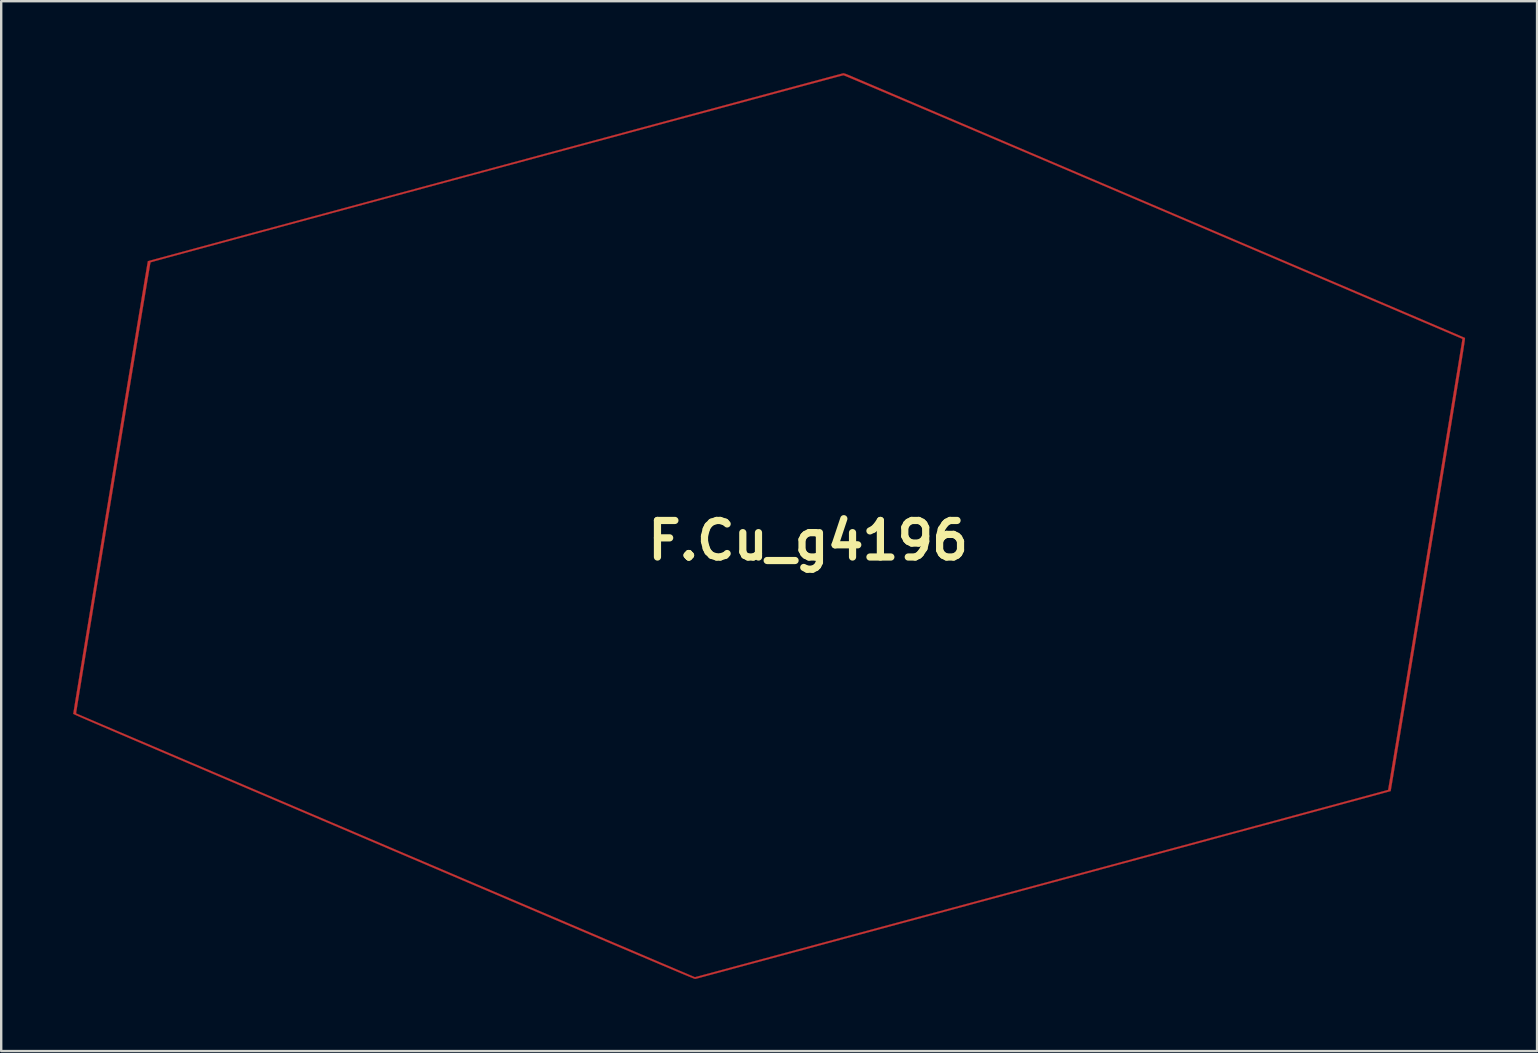
<source format=kicad_pcb>
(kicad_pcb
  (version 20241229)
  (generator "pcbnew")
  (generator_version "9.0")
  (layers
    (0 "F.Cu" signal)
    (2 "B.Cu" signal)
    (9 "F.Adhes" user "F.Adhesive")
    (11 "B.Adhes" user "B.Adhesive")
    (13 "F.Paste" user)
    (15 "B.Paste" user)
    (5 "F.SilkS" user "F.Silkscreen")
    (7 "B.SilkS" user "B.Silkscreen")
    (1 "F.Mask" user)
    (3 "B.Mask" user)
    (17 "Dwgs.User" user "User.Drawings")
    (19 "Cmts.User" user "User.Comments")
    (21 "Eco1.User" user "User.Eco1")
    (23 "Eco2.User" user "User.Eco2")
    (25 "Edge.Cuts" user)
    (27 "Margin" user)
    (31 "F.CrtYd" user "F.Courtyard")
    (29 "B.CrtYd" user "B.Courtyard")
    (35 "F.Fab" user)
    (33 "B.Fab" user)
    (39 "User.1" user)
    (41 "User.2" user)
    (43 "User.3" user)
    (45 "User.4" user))
  (footprint "F.Cu_g4196"
    (layer "F.Cu")
    (at 30.622 19.47)
    (property "Reference" "F.Cu_g4196" (at 0 0 0) (layer "F.SilkS") (effects (font (size 1.524 1.524) (thickness 0.3))))
    (attr through_hole)
    (fp_poly (pts (xy 1.481 -19.465) (xy 1.511 -19.457) (xy 1.556 -19.443) (xy 1.616 -19.42) (xy 1.695 -19.388) (xy 1.795 -19.346) (xy 1.819 -19.336) (xy 1.845 -19.325) (xy 1.893 -19.304) (xy 1.963 -19.274) (xy 2.054 -19.235) (xy 2.166 -19.188) (xy 2.298 -19.132) (xy 2.449 -19.067) (xy 2.619 -18.995) (xy 2.806 -18.915) (xy 3.01 -18.828) (xy 3.231 -18.734) (xy 3.467 -18.633) (xy 3.719 -18.526) (xy 3.984 -18.413) (xy 4.263 -18.294) (xy 4.555 -18.169) (xy 4.859 -18.04) (xy 5.174 -17.905) (xy 5.501 -17.766) (xy 5.837 -17.623) (xy 6.183 -17.476) (xy 6.537 -17.325) (xy 6.899 -17.17) (xy 7.268 -17.013) (xy 7.644 -16.852) (xy 8.026 -16.69) (xy 8.413 -16.525) (xy 8.804 -16.358) (xy 9.199 -16.189) (xy 9.597 -16.02) (xy 9.998 -15.849) (xy 10.4 -15.677) (xy 10.803 -15.506) (xy 11.206 -15.334) (xy 11.608 -15.162) (xy 12.01 -14.991) (xy 12.41 -14.82) (xy 12.807 -14.651) (xy 13.2 -14.483) (xy 13.59 -14.317) (xy 13.975 -14.153) (xy 14.355 -13.991) (xy 14.728 -13.832) (xy 15.095 -13.675) (xy 15.454 -13.522) (xy 15.806 -13.372) (xy 16.148 -13.227) (xy 16.48 -13.085) (xy 16.803 -12.947) (xy 17.114 -12.815) (xy 17.414 -12.687) (xy 17.701 -12.564) (xy 17.975 -12.447) (xy 18.235 -12.336) (xy 18.481 -12.232) (xy 18.712 -12.133) (xy 18.926 -12.042) (xy 19.124 -11.957) (xy 19.305 -11.88) (xy 19.468 -11.811) (xy 19.612 -11.749) (xy 19.736 -11.696) (xy 19.841 -11.652) (xy 19.869 -11.64) (xy 19.951 -11.605) (xy 20.055 -11.56) (xy 20.18 -11.507) (xy 20.324 -11.446) (xy 20.487 -11.376) (xy 20.667 -11.299) (xy 20.862 -11.216) (xy 21.072 -11.126) (xy 21.296 -11.031) (xy 21.532 -10.931) (xy 21.778 -10.825) (xy 22.034 -10.716) (xy 22.299 -10.604) (xy 22.57 -10.488) (xy 22.847 -10.37) (xy 23.129 -10.249) (xy 23.414 -10.128) (xy 23.701 -10.005) (xy 23.989 -9.883) (xy 24.009 -9.874) (xy 24.287 -9.756) (xy 24.559 -9.64) (xy 24.823 -9.527) (xy 25.08 -9.417) (xy 25.328 -9.312) (xy 25.567 -9.21) (xy 25.795 -9.112) (xy 26.011 -9.02) (xy 26.214 -8.933) (xy 26.405 -8.852) (xy 26.581 -8.777) (xy 26.741 -8.708) (xy 26.885 -8.646) (xy 27.013 -8.592) (xy 27.121 -8.545) (xy 27.211 -8.506) (xy 27.281 -8.476) (xy 27.33 -8.455) (xy 27.357 -8.443) (xy 27.363 -8.441) (xy 27.364 -8.44) (xy 27.366 -8.438) (xy 27.367 -8.434) (xy 27.367 -8.429) (xy 27.367 -8.421) (xy 27.367 -8.41) (xy 27.366 -8.396) (xy 27.364 -8.378) (xy 27.362 -8.355) (xy 27.358 -8.327) (xy 27.354 -8.293) (xy 27.348 -8.253) (xy 27.342 -8.207) (xy 27.334 -8.153) (xy 27.324 -8.092) (xy 27.314 -8.022) (xy 27.302 -7.944) (xy 27.288 -7.856) (xy 27.272 -7.758) (xy 27.255 -7.65) (xy 27.236 -7.531) (xy 27.215 -7.401) (xy 27.192 -7.259) (xy 27.167 -7.104) (xy 27.14 -6.936) (xy 27.11 -6.755) (xy 27.079 -6.559) (xy 27.044 -6.349) (xy 27.007 -6.124) (xy 26.968 -5.883) (xy 26.926 -5.627) (xy 26.881 -5.353) (xy 26.833 -5.062) (xy 26.783 -4.753) (xy 26.729 -4.426) (xy 26.672 -4.08) (xy 26.612 -3.715) (xy 26.548 -3.33) (xy 26.482 -2.925) (xy 26.411 -2.498) (xy 26.338 -2.05) (xy 26.26 -1.581) (xy 26.179 -1.088) (xy 26.094 -0.573) (xy 26.005 -0.034) (xy 25.913 0.529) (xy 25.834 1.003) (xy 25.754 1.489) (xy 25.675 1.968) (xy 25.598 2.44) (xy 25.521 2.905) (xy 25.445 3.362) (xy 25.371 3.811) (xy 25.299 4.25) (xy 25.228 4.679) (xy 25.159 5.098) (xy 25.091 5.506) (xy 25.026 5.902) (xy 24.963 6.286) (xy 24.901 6.657) (xy 24.842 7.014) (xy 24.785 7.358) (xy 24.731 7.686) (xy 24.679 8) (xy 24.63 8.297) (xy 24.583 8.578) (xy 24.539 8.841) (xy 24.499 9.087) (xy 24.461 9.314) (xy 24.426 9.523) (xy 24.395 9.712) (xy 24.367 9.88) (xy 24.342 10.028) (xy 24.321 10.154) (xy 24.303 10.258) (xy 24.29 10.339) (xy 24.28 10.397) (xy 24.274 10.431) (xy 24.272 10.441) (xy 24.259 10.445) (xy 24.223 10.455) (xy 24.163 10.471) (xy 24.081 10.494) (xy 23.976 10.522) (xy 23.849 10.557) (xy 23.702 10.597) (xy 23.534 10.642) (xy 23.347 10.693) (xy 23.14 10.749) (xy 22.914 10.81) (xy 22.67 10.876) (xy 22.409 10.947) (xy 22.131 11.022) (xy 21.836 11.102) (xy 21.526 11.186) (xy 21.2 11.274) (xy 20.86 11.366) (xy 20.505 11.462) (xy 20.138 11.561) (xy 19.757 11.664) (xy 19.364 11.771) (xy 18.96 11.88) (xy 18.544 11.992) (xy 18.118 12.107) (xy 17.682 12.225) (xy 17.236 12.346) (xy 16.782 12.469) (xy 16.319 12.594) (xy 15.849 12.721) (xy 15.372 12.85) (xy 14.888 12.98) (xy 14.399 13.113) (xy 13.904 13.246) (xy 13.405 13.381) (xy 12.901 13.517) (xy 12.394 13.654) (xy 11.884 13.792) (xy 11.371 13.931) (xy 10.857 14.07) (xy 10.341 14.209) (xy 9.825 14.348) (xy 9.309 14.488) (xy 8.793 14.627) (xy 8.279 14.766) (xy 7.766 14.905) (xy 7.255 15.042) (xy 6.747 15.18) (xy 6.243 15.316) (xy 5.743 15.451) (xy 5.247 15.585) (xy 4.757 15.717) (xy 4.272 15.848) (xy 3.794 15.977) (xy 3.323 16.104) (xy 2.859 16.23) (xy 2.403 16.353) (xy 1.956 16.473) (xy 1.518 16.591) (xy 1.091 16.707) (xy 0.673 16.819) (xy 0.267 16.929) (xy -0.128 17.036) (xy -0.511 17.139) (xy -0.88 17.239) (xy -1.237 17.335) (xy -1.579 17.427) (xy -1.907 17.516) (xy -2.22 17.6) (xy -2.518 17.68) (xy -2.799 17.756) (xy -3.063 17.827) (xy -3.309 17.894) (xy -3.538 17.955) (xy -3.748 18.012) (xy -3.939 18.063) (xy -4.11 18.109) (xy -4.261 18.15) (xy -4.39 18.184) (xy -4.499 18.214) (xy -4.585 18.237) (xy -4.648 18.254) (xy -4.689 18.264) (xy -4.705 18.268) (xy -4.705 18.268) (xy -4.712 18.267) (xy -4.727 18.262) (xy -4.75 18.254) (xy -4.782 18.242) (xy -4.824 18.225) (xy -4.876 18.204) (xy -4.938 18.179) (xy -5.011 18.149) (xy -5.095 18.114) (xy -5.191 18.074) (xy -5.299 18.029) (xy -5.42 17.978) (xy -5.554 17.922) (xy -5.702 17.859) (xy -5.864 17.791) (xy -6.04 17.717) (xy -6.231 17.636) (xy -6.438 17.548) (xy -6.66 17.454) (xy -6.899 17.352) (xy -7.155 17.244) (xy -7.427 17.128) (xy -7.718 17.004) (xy -8.027 16.873) (xy -8.354 16.734) (xy -8.7 16.586) (xy -9.066 16.43) (xy -9.452 16.266) (xy -9.858 16.093) (xy -10.285 15.911) (xy -10.733 15.72) (xy -11.204 15.519) (xy -11.696 15.309) (xy -12.211 15.089) (xy -12.44 14.992) (xy -12.875 14.806) (xy -13.308 14.621) (xy -13.74 14.437) (xy -14.168 14.255) (xy -14.593 14.073) (xy -15.013 13.894) (xy -15.428 13.717) (xy -15.837 13.543) (xy -16.239 13.371) (xy -16.634 13.203) (xy -17.02 13.038) (xy -17.396 12.878) (xy -17.763 12.721) (xy -18.119 12.569) (xy -18.464 12.422) (xy -18.796 12.281) (xy -19.115 12.144) (xy -19.42 12.014) (xy -19.711 11.89) (xy -19.986 11.773) (xy -20.245 11.663) (xy -20.487 11.559) (xy -20.711 11.464) (xy -20.917 11.376) (xy -21.103 11.297) (xy -21.269 11.226) (xy -21.414 11.164) (xy -21.538 11.111) (xy -21.639 11.068) (xy -21.654 11.062) (xy -22.205 10.827) (xy -22.733 10.601) (xy -23.239 10.386) (xy -23.724 10.179) (xy -24.186 9.982) (xy -24.628 9.794) (xy -25.049 9.614) (xy -25.45 9.443) (xy -25.832 9.28) (xy -26.195 9.125) (xy -26.539 8.978) (xy -26.865 8.839) (xy -27.173 8.708) (xy -27.464 8.583) (xy -27.739 8.466) (xy -27.998 8.356) (xy -28.24 8.252) (xy -28.468 8.155) (xy -28.681 8.064) (xy -28.879 7.979) (xy -29.064 7.9) (xy -29.235 7.826) (xy -29.394 7.758) (xy -29.541 7.695) (xy -29.675 7.638) (xy -29.798 7.585) (xy -29.91 7.536) (xy -30.012 7.492) (xy -30.104 7.453) (xy -30.187 7.417) (xy -30.26 7.385) (xy -30.325 7.357) (xy -30.382 7.332) (xy -30.431 7.31) (xy -30.474 7.291) (xy -30.51 7.275) (xy -30.539 7.262) (xy -30.564 7.25) (xy -30.583 7.241) (xy -30.597 7.234) (xy -30.607 7.229) (xy -30.613 7.225) (xy -30.617 7.223) (xy -30.617 7.222) (xy -30.616 7.208) (xy -30.615 7.205) (xy -30.504 7.205) (xy -30.504 7.205) (xy -30.492 7.211) (xy -30.457 7.226) (xy -30.4 7.25) (xy -30.321 7.284) (xy -30.222 7.326) (xy -30.101 7.378) (xy -29.961 7.438) (xy -29.802 7.506) (xy -29.624 7.582) (xy -29.427 7.666) (xy -29.213 7.757) (xy -28.982 7.856) (xy -28.734 7.962) (xy -28.471 8.074) (xy -28.192 8.193) (xy -27.899 8.318) (xy -27.591 8.449) (xy -27.27 8.586) (xy -26.935 8.729) (xy -26.588 8.877) (xy -26.23 9.03) (xy -25.86 9.188) (xy -25.479 9.35) (xy -25.088 9.517) (xy -24.688 9.688) (xy -24.279 9.862) (xy -23.861 10.04) (xy -23.435 10.222) (xy -23.002 10.406) (xy -22.563 10.594) (xy -22.117 10.784) (xy -21.666 10.976) (xy -21.209 11.171) (xy -20.749 11.367) (xy -20.284 11.565) (xy -19.816 11.765) (xy -19.346 11.965) (xy -18.873 12.167) (xy -18.399 12.369) (xy -17.924 12.571) (xy -17.449 12.774) (xy -16.974 12.977) (xy -16.499 13.179) (xy -16.026 13.381) (xy -15.555 13.581) (xy -15.086 13.781) (xy -14.621 13.98) (xy -14.159 14.177) (xy -13.701 14.372) (xy -13.248 14.565) (xy -12.801 14.755) (xy -12.359 14.944) (xy -11.924 15.129) (xy -11.496 15.312) (xy -11.075 15.491) (xy -10.663 15.666) (xy -10.26 15.838) (xy -9.866 16.006) (xy -9.482 16.17) (xy -9.109 16.329) (xy -8.746 16.483) (xy -8.396 16.633) (xy -8.057 16.777) (xy -7.732 16.915) (xy -7.42 17.048) (xy -7.122 17.175) (xy -6.838 17.296) (xy -6.57 17.411) (xy -6.317 17.518) (xy -6.081 17.619) (xy -5.861 17.712) (xy -5.659 17.798) (xy -5.475 17.877) (xy -5.309 17.947) (xy -5.163 18.009) (xy -5.036 18.063) (xy -4.93 18.109) (xy -4.844 18.145) (xy -4.78 18.172) (xy -4.738 18.19) (xy -4.719 18.198) (xy -4.718 18.198) (xy -4.705 18.195) (xy -4.668 18.185) (xy -4.608 18.169) (xy -4.524 18.147) (xy -4.418 18.118) (xy -4.29 18.084) (xy -4.141 18.044) (xy -3.97 17.998) (xy -3.778 17.946) (xy -3.566 17.889) (xy -3.334 17.827) (xy -3.084 17.759) (xy -2.814 17.686) (xy -2.526 17.609) (xy -2.22 17.526) (xy -1.897 17.439) (xy -1.557 17.347) (xy -1.201 17.251) (xy -0.829 17.151) (xy -0.441 17.046) (xy -0.039 16.938) (xy 0.378 16.825) (xy 0.809 16.709) (xy 1.254 16.589) (xy 1.711 16.466) (xy 2.181 16.339) (xy 2.663 16.209) (xy 3.157 16.075) (xy 3.662 15.939) (xy 4.177 15.8) (xy 4.703 15.658) (xy 5.238 15.514) (xy 5.783 15.367) (xy 6.336 15.217) (xy 6.897 15.066) (xy 7.467 14.912) (xy 8.043 14.756) (xy 8.626 14.599) (xy 9.216 14.44) (xy 9.726 14.302) (xy 10.321 14.141) (xy 10.91 13.982) (xy 11.492 13.825) (xy 12.068 13.669) (xy 12.636 13.516) (xy 13.196 13.364) (xy 13.748 13.215) (xy 14.291 13.068) (xy 14.825 12.924) (xy 15.349 12.782) (xy 15.863 12.644) (xy 16.366 12.508) (xy 16.858 12.374) (xy 17.339 12.245) (xy 17.807 12.118) (xy 18.262 11.995) (xy 18.705 11.875) (xy 19.134 11.759) (xy 19.549 11.647) (xy 19.949 11.538) (xy 20.335 11.434) (xy 20.704 11.334) (xy 21.058 11.238) (xy 21.396 11.147) (xy 21.716 11.06) (xy 22.019 10.978) (xy 22.305 10.9) (xy 22.572 10.828) (xy 22.82 10.761) (xy 23.048 10.699) (xy 23.257 10.642) (xy 23.446 10.591) (xy 23.614 10.545) (xy 23.76 10.505) (xy 23.885 10.471) (xy 23.988 10.443) (xy 24.068 10.421) (xy 24.125 10.405) (xy 24.158 10.396) (xy 24.167 10.393) (xy 24.17 10.38) (xy 24.177 10.343) (xy 24.187 10.282) (xy 24.201 10.198) (xy 24.219 10.093) (xy 24.24 9.966) (xy 24.265 9.818) (xy 24.293 9.651) (xy 24.324 9.464) (xy 24.358 9.259) (xy 24.395 9.037) (xy 24.434 8.798) (xy 24.477 8.543) (xy 24.522 8.272) (xy 24.569 7.987) (xy 24.618 7.688) (xy 24.67 7.375) (xy 24.724 7.051) (xy 24.779 6.715) (xy 24.837 6.368) (xy 24.896 6.011) (xy 24.956 5.645) (xy 25.018 5.27) (xy 25.081 4.887) (xy 25.146 4.497) (xy 25.211 4.1) (xy 25.278 3.698) (xy 25.345 3.292) (xy 25.412 2.881) (xy 25.481 2.466) (xy 25.55 2.049) (xy 25.619 1.631) (xy 25.688 1.211) (xy 25.757 0.79) (xy 25.826 0.37) (xy 25.895 -0.048) (xy 25.964 -0.465) (xy 26.032 -0.88) (xy 26.1 -1.291) (xy 26.167 -1.698) (xy 26.233 -2.1) (xy 26.298 -2.496) (xy 26.363 -2.886) (xy 26.426 -3.269) (xy 26.487 -3.644) (xy 26.548 -4.011) (xy 26.606 -4.368) (xy 26.663 -4.715) (xy 26.719 -5.052) (xy 26.772 -5.376) (xy 26.823 -5.689) (xy 26.872 -5.988) (xy 26.919 -6.274) (xy 26.963 -6.545) (xy 27.005 -6.8) (xy 27.045 -7.04) (xy 27.081 -7.263) (xy 27.114 -7.468) (xy 27.145 -7.655) (xy 27.172 -7.822) (xy 27.196 -7.97) (xy 27.217 -8.098) (xy 27.234 -8.204) (xy 27.248 -8.288) (xy 27.257 -8.35) (xy 27.263 -8.387) (xy 27.265 -8.401) (xy 27.265 -8.401) (xy 27.253 -8.406) (xy 27.218 -8.421) (xy 27.161 -8.445) (xy 27.082 -8.479) (xy 26.982 -8.522) (xy 26.86 -8.574) (xy 26.718 -8.635) (xy 26.556 -8.704) (xy 26.374 -8.782) (xy 26.173 -8.868) (xy 25.954 -8.962) (xy 25.716 -9.063) (xy 25.46 -9.172) (xy 25.188 -9.288) (xy 24.898 -9.412) (xy 24.593 -9.543) (xy 24.271 -9.68) (xy 23.934 -9.824) (xy 23.582 -9.974) (xy 23.216 -10.13) (xy 22.836 -10.292) (xy 22.443 -10.46) (xy 22.036 -10.634) (xy 21.617 -10.812) (xy 21.186 -10.996) (xy 20.743 -11.185) (xy 20.289 -11.379) (xy 19.825 -11.577) (xy 19.35 -11.78) (xy 18.866 -11.986) (xy 18.372 -12.197) (xy 17.87 -12.411) (xy 17.359 -12.629) (xy 16.841 -12.85) (xy 16.315 -13.074) (xy 15.783 -13.301) (xy 15.244 -13.531) (xy 14.699 -13.764) (xy 14.389 -13.896) (xy 13.638 -14.216) (xy 12.912 -14.526) (xy 12.208 -14.826) (xy 11.527 -15.116) (xy 10.87 -15.397) (xy 10.235 -15.667) (xy 9.623 -15.928) (xy 9.034 -16.179) (xy 8.468 -16.42) (xy 7.925 -16.651) (xy 7.404 -16.873) (xy 6.905 -17.086) (xy 6.429 -17.288) (xy 5.976 -17.481) (xy 5.544 -17.665) (xy 5.135 -17.839) (xy 4.748 -18.003) (xy 4.383 -18.159) (xy 4.04 -18.304) (xy 3.719 -18.441) (xy 3.419 -18.568) (xy 3.142 -18.686) (xy 2.886 -18.794) (xy 2.651 -18.893) (xy 2.438 -18.983) (xy 2.247 -19.064) (xy 2.077 -19.136) (xy 1.928 -19.199) (xy 1.8 -19.252) (xy 1.694 -19.297) (xy 1.608 -19.332) (xy 1.543 -19.359) (xy 1.5 -19.376) (xy 1.477 -19.385) (xy 1.473 -19.386) (xy 1.459 -19.383) (xy 1.421 -19.373) (xy 1.36 -19.357) (xy 1.276 -19.335) (xy 1.17 -19.307) (xy 1.042 -19.273) (xy 0.893 -19.233) (xy 0.724 -19.188) (xy 0.535 -19.137) (xy 0.327 -19.081) (xy 0.1 -19.02) (xy -0.145 -18.955) (xy -0.407 -18.884) (xy -0.687 -18.809) (xy -0.982 -18.73) (xy -1.294 -18.646) (xy -1.62 -18.558) (xy -1.961 -18.466) (xy -2.317 -18.371) (xy -2.685 -18.271) (xy -3.066 -18.169) (xy -3.46 -18.063) (xy -3.865 -17.954) (xy -4.281 -17.841) (xy -4.708 -17.726) (xy -5.145 -17.609) (xy -5.591 -17.489) (xy -6.045 -17.366) (xy -6.508 -17.241) (xy -6.978 -17.114) (xy -7.456 -16.986) (xy -7.939 -16.855) (xy -8.429 -16.723) (xy -8.924 -16.59) (xy -9.423 -16.455) (xy -9.926 -16.319) (xy -10.433 -16.182) (xy -10.943 -16.045) (xy -11.455 -15.907) (xy -11.969 -15.768) (xy -12.484 -15.629) (xy -12.999 -15.49) (xy -13.514 -15.351) (xy -14.029 -15.212) (xy -14.543 -15.073) (xy -15.055 -14.935) (xy -15.564 -14.797) (xy -16.07 -14.66) (xy -16.573 -14.524) (xy -17.072 -14.39) (xy -17.566 -14.256) (xy -18.055 -14.124) (xy -18.538 -13.994) (xy -19.014 -13.865) (xy -19.483 -13.738) (xy -19.945 -13.613) (xy -20.399 -13.49) (xy -20.843 -13.37) (xy -21.279 -13.252) (xy -21.704 -13.137) (xy -22.119 -13.025) (xy -22.522 -12.916) (xy -22.914 -12.81) (xy -23.294 -12.707) (xy -23.661 -12.608) (xy -24.014 -12.512) (xy -24.353 -12.42) (xy -24.678 -12.332) (xy -24.987 -12.248) (xy -25.28 -12.169) (xy -25.557 -12.094) (xy -25.818 -12.023) (xy -26.06 -11.957) (xy -26.285 -11.896) (xy -26.49 -11.84) (xy -26.677 -11.79) (xy -26.843 -11.744) (xy -26.989 -11.704) (xy -27.114 -11.67) (xy -27.217 -11.642) (xy -27.298 -11.619) (xy -27.356 -11.603) (xy -27.391 -11.593) (xy -27.402 -11.59) (xy -27.404 -11.577) (xy -27.411 -11.54) (xy -27.422 -11.479) (xy -27.436 -11.395) (xy -27.454 -11.289) (xy -27.475 -11.162) (xy -27.5 -11.015) (xy -27.528 -10.847) (xy -27.559 -10.661) (xy -27.593 -10.456) (xy -27.63 -10.234) (xy -27.67 -9.994) (xy -27.713 -9.739) (xy -27.758 -9.468) (xy -27.805 -9.183) (xy -27.855 -8.884) (xy -27.906 -8.572) (xy -27.96 -8.248) (xy -28.016 -7.911) (xy -28.073 -7.564) (xy -28.132 -7.207) (xy -28.193 -6.841) (xy -28.255 -6.466) (xy -28.319 -6.083) (xy -28.383 -5.693) (xy -28.449 -5.297) (xy -28.515 -4.895) (xy -28.582 -4.488) (xy -28.65 -4.077) (xy -28.719 -3.663) (xy -28.787 -3.246) (xy -28.857 -2.827) (xy -28.926 -2.407) (xy -28.995 -1.987) (xy -29.065 -1.567) (xy -29.134 -1.148) (xy -29.203 -0.731) (xy -29.271 -0.317) (xy -29.339 0.094) (xy -29.406 0.501) (xy -29.472 0.903) (xy -29.537 1.3) (xy -29.602 1.69) (xy -29.665 2.073) (xy -29.726 2.448) (xy -29.787 2.815) (xy -29.845 3.172) (xy -29.903 3.519) (xy -29.958 3.855) (xy -30.011 4.18) (xy -30.062 4.493) (xy -30.112 4.792) (xy -30.158 5.077) (xy -30.203 5.348) (xy -30.245 5.604) (xy -30.284 5.844) (xy -30.32 6.067) (xy -30.354 6.272) (xy -30.384 6.459) (xy -30.412 6.627) (xy -30.436 6.775) (xy -30.456 6.902) (xy -30.473 7.008) (xy -30.487 7.093) (xy -30.497 7.154) (xy -30.502 7.192) (xy -30.504 7.205) (xy -30.615 7.205) (xy -30.61 7.17) (xy -30.6 7.109) (xy -30.586 7.025) (xy -30.569 6.919) (xy -30.549 6.791) (xy -30.525 6.643) (xy -30.497 6.475) (xy -30.467 6.288) (xy -30.433 6.083) (xy -30.397 5.86) (xy -30.358 5.62) (xy -30.316 5.364) (xy -30.271 5.093) (xy -30.224 4.807) (xy -30.175 4.508) (xy -30.124 4.195) (xy -30.071 3.87) (xy -30.015 3.533) (xy -29.958 3.186) (xy -29.899 2.828) (xy -29.839 2.461) (xy -29.777 2.085) (xy -29.714 1.702) (xy -29.65 1.311) (xy -29.585 0.914) (xy -29.519 0.512) (xy -29.451 0.104) (xy -29.384 -0.307) (xy -29.315 -0.722) (xy -29.247 -1.14) (xy -29.177 -1.56) (xy -29.108 -1.98) (xy -29.039 -2.401) (xy -28.969 -2.822) (xy -28.9 -3.242) (xy -28.831 -3.66) (xy -28.763 -4.075) (xy -28.695 -4.487) (xy -28.628 -4.895) (xy -28.561 -5.298) (xy -28.496 -5.695) (xy -28.431 -6.086) (xy -28.368 -6.47) (xy -28.306 -6.846) (xy -28.245 -7.214) (xy -28.186 -7.572) (xy -28.128 -7.921) (xy -28.072 -8.258) (xy -28.018 -8.584) (xy -27.967 -8.898) (xy -27.917 -9.199) (xy -27.869 -9.485) (xy -27.824 -9.758) (xy -27.782 -10.015) (xy -27.742 -10.256) (xy -27.704 -10.48) (xy -27.67 -10.687) (xy -27.639 -10.875) (xy -27.61 -11.045) (xy -27.585 -11.194) (xy -27.564 -11.323) (xy -27.546 -11.431) (xy -27.531 -11.517) (xy -27.52 -11.58) (xy -27.513 -11.62) (xy -27.51 -11.636) (xy -27.51 -11.636) (xy -27.498 -11.639) (xy -27.462 -11.649) (xy -27.402 -11.666) (xy -27.319 -11.688) (xy -27.215 -11.717) (xy -27.088 -11.751) (xy -26.941 -11.791) (xy -26.773 -11.836) (xy -26.586 -11.887) (xy -26.379 -11.943) (xy -26.153 -12.004) (xy -25.909 -12.07) (xy -25.648 -12.141) (xy -25.37 -12.217) (xy -25.075 -12.296) (xy -24.765 -12.38) (xy -24.44 -12.468) (xy -24.099 -12.56) (xy -23.745 -12.656) (xy -23.378 -12.756) (xy -22.997 -12.859) (xy -22.604 -12.965) (xy -22.2 -13.074) (xy -21.784 -13.187) (xy -21.358 -13.302) (xy -20.922 -13.42) (xy -20.476 -13.54) (xy -20.022 -13.663) (xy -19.56 -13.788) (xy -19.09 -13.915) (xy -18.613 -14.044) (xy -18.129 -14.175) (xy -17.639 -14.307) (xy -17.145 -14.441) (xy -16.645 -14.576) (xy -16.142 -14.712) (xy -15.635 -14.849) (xy -15.124 -14.987) (xy -14.612 -15.126) (xy -14.098 -15.264) (xy -13.582 -15.404) (xy -13.066 -15.543) (xy -12.55 -15.683) (xy -12.034 -15.822) (xy -11.52 -15.961) (xy -11.007 -16.1) (xy -10.496 -16.238) (xy -9.989 -16.375) (xy -9.485 -16.511) (xy -8.984 -16.646) (xy -8.489 -16.78) (xy -7.998 -16.912) (xy -7.514 -17.043) (xy -7.036 -17.173) (xy -6.564 -17.3) (xy -6.101 -17.425) (xy -5.645 -17.548) (xy -5.198 -17.669) (xy -4.76 -17.787) (xy -4.332 -17.903) (xy -3.915 -18.015) (xy -3.509 -18.125) (xy -3.114 -18.232) (xy -2.731 -18.335) (xy -2.361 -18.435) (xy -2.005 -18.531) (xy -1.663 -18.623) (xy -1.335 -18.712) (xy -1.022 -18.796) (xy -0.724 -18.876) (xy -0.444 -18.952) (xy -0.179 -19.023) (xy 0.067 -19.09) (xy 0.296 -19.151) (xy 0.506 -19.208) (xy 0.697 -19.259) (xy 0.868 -19.306) (xy 1.019 -19.346) (xy 1.148 -19.381) (xy 1.257 -19.41) (xy 1.343 -19.433) (xy 1.406 -19.45) (xy 1.447 -19.461) (xy 1.463 -19.465) (xy 1.463 -19.465) (xy 1.481 -19.465)) (stroke (width 0.01) (type solid)) (fill yes) (layer "F.Cu")))
  (gr_rect
    (start -3 -3)
    (end 60.995 40.744)
    (stroke (width 0.1) (type default))
    (fill no)
    (layer "Edge.Cuts")))
</source>
